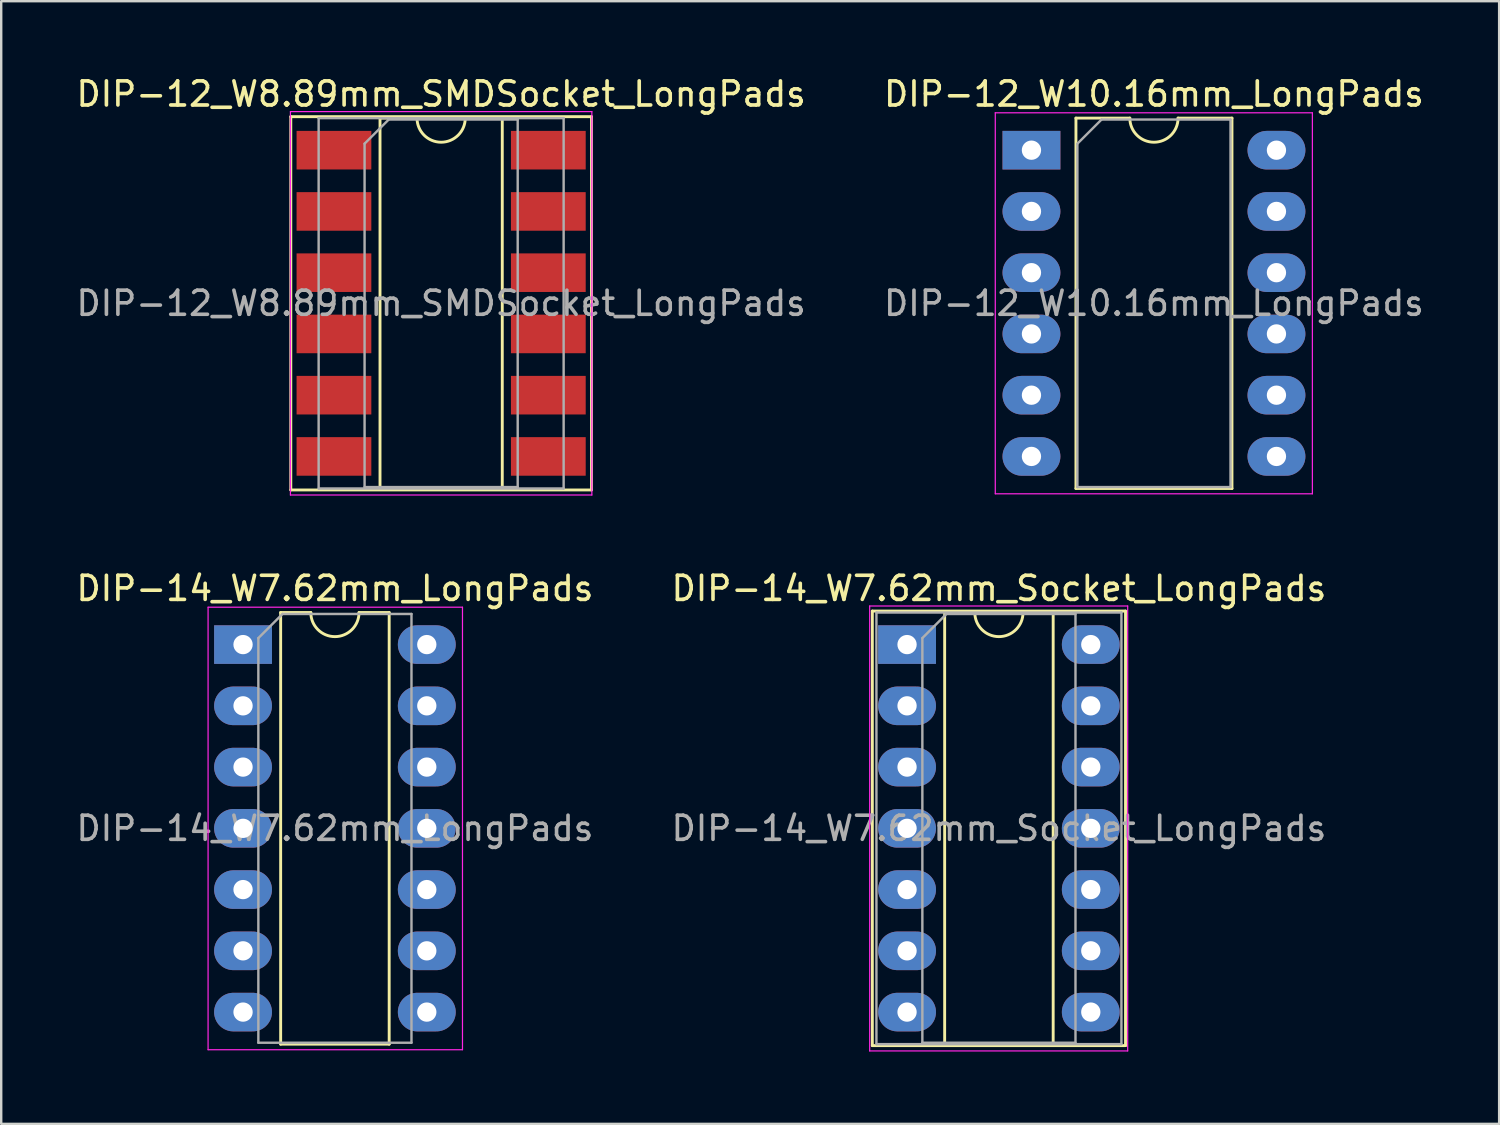
<source format=kicad_pcb>
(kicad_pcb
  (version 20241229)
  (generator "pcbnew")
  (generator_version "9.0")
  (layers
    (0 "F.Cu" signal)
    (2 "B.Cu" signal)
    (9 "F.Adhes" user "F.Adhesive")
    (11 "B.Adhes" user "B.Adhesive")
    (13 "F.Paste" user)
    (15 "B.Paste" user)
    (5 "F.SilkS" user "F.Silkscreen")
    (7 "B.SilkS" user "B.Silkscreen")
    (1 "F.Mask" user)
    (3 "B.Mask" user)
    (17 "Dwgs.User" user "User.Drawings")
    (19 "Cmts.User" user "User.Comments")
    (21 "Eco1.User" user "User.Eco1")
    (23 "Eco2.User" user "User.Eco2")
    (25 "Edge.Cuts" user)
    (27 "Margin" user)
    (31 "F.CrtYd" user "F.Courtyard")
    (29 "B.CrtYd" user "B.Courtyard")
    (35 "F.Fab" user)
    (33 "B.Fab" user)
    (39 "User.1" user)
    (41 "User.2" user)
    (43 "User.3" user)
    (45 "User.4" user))
  (footprint "DIP-14_W7.62mm_Socket_LongPads"
    (layer "F.Cu")
    (at 34.565 23.681)
    (property "Reference" "DIP-14_W7.62mm_Socket_LongPads" (at 3.81 -2.33 0) (layer "F.SilkS") (effects (font (size 1 1) (thickness 0.15))))
    (attr through_hole)
    (fp_line (start -1.44 -1.39) (end -1.44 16.63) (stroke (width 0.12) (type solid)) (layer "F.SilkS"))
    (fp_line (start -1.44 16.63) (end 9.06 16.63) (stroke (width 0.12) (type solid)) (layer "F.SilkS"))
    (fp_line (start 1.56 -1.33) (end 1.56 16.57) (stroke (width 0.12) (type solid)) (layer "F.SilkS"))
    (fp_line (start 1.56 16.57) (end 6.06 16.57) (stroke (width 0.12) (type solid)) (layer "F.SilkS"))
    (fp_line (start 2.81 -1.33) (end 1.56 -1.33) (stroke (width 0.12) (type solid)) (layer "F.SilkS"))
    (fp_line (start 6.06 -1.33) (end 4.81 -1.33) (stroke (width 0.12) (type solid)) (layer "F.SilkS"))
    (fp_line (start 6.06 16.57) (end 6.06 -1.33) (stroke (width 0.12) (type solid)) (layer "F.SilkS"))
    (fp_line (start 9.06 -1.39) (end -1.44 -1.39) (stroke (width 0.12) (type solid)) (layer "F.SilkS"))
    (fp_line (start 9.06 16.63) (end 9.06 -1.39) (stroke (width 0.12) (type solid)) (layer "F.SilkS"))
    (fp_arc (start 4.81 -1.33) (mid 3.81 -0.33) (end 2.81 -1.33) (stroke (width 0.12) (type solid)) (layer "F.SilkS"))
    (fp_line (start -1.55 -1.6) (end -1.55 16.85) (stroke (width 0.05) (type solid)) (layer "F.CrtYd"))
    (fp_line (start -1.55 16.85) (end 9.15 16.85) (stroke (width 0.05) (type solid)) (layer "F.CrtYd"))
    (fp_line (start 9.15 -1.6) (end -1.55 -1.6) (stroke (width 0.05) (type solid)) (layer "F.CrtYd"))
    (fp_line (start 9.15 16.85) (end 9.15 -1.6) (stroke (width 0.05) (type solid)) (layer "F.CrtYd"))
    (fp_line (start -1.27 -1.33) (end -1.27 16.57) (stroke (width 0.1) (type solid)) (layer "F.Fab"))
    (fp_line (start -1.27 16.57) (end 8.89 16.57) (stroke (width 0.1) (type solid)) (layer "F.Fab"))
    (fp_line (start 0.635 -0.27) (end 1.635 -1.27) (stroke (width 0.1) (type solid)) (layer "F.Fab"))
    (fp_line (start 0.635 16.51) (end 0.635 -0.27) (stroke (width 0.1) (type solid)) (layer "F.Fab"))
    (fp_line (start 1.635 -1.27) (end 6.985 -1.27) (stroke (width 0.1) (type solid)) (layer "F.Fab"))
    (fp_line (start 6.985 -1.27) (end 6.985 16.51) (stroke (width 0.1) (type solid)) (layer "F.Fab"))
    (fp_line (start 6.985 16.51) (end 0.635 16.51) (stroke (width 0.1) (type solid)) (layer "F.Fab"))
    (fp_line (start 8.89 -1.33) (end -1.27 -1.33) (stroke (width 0.1) (type solid)) (layer "F.Fab"))
    (fp_line (start 8.89 16.57) (end 8.89 -1.33) (stroke (width 0.1) (type solid)) (layer "F.Fab"))
    (fp_text user "${REFERENCE}" (at 3.81 7.62 0) (layer "F.Fab") (effects (font (size 1 1) (thickness 0.15))))
    (pad "1" thru_hole rect (at 0 0) (size 2.4 1.6) (drill 0.8) (layers "*.Cu" "*.Mask"))
    (pad "2" thru_hole oval (at 0 2.54) (size 2.4 1.6) (drill 0.8) (layers "*.Cu" "*.Mask"))
    (pad "3" thru_hole oval (at 0 5.08) (size 2.4 1.6) (drill 0.8) (layers "*.Cu" "*.Mask"))
    (pad "4" thru_hole oval (at 0 7.62) (size 2.4 1.6) (drill 0.8) (layers "*.Cu" "*.Mask"))
    (pad "5" thru_hole oval (at 0 10.16) (size 2.4 1.6) (drill 0.8) (layers "*.Cu" "*.Mask"))
    (pad "6" thru_hole oval (at 0 12.7) (size 2.4 1.6) (drill 0.8) (layers "*.Cu" "*.Mask"))
    (pad "7" thru_hole oval (at 0 15.24) (size 2.4 1.6) (drill 0.8) (layers "*.Cu" "*.Mask"))
    (pad "8" thru_hole oval (at 7.62 15.24) (size 2.4 1.6) (drill 0.8) (layers "*.Cu" "*.Mask"))
    (pad "9" thru_hole oval (at 7.62 12.7) (size 2.4 1.6) (drill 0.8) (layers "*.Cu" "*.Mask"))
    (pad "10" thru_hole oval (at 7.62 10.16) (size 2.4 1.6) (drill 0.8) (layers "*.Cu" "*.Mask"))
    (pad "11" thru_hole oval (at 7.62 7.62) (size 2.4 1.6) (drill 0.8) (layers "*.Cu" "*.Mask"))
    (pad "12" thru_hole oval (at 7.62 5.08) (size 2.4 1.6) (drill 0.8) (layers "*.Cu" "*.Mask"))
    (pad "13" thru_hole oval (at 7.62 2.54) (size 2.4 1.6) (drill 0.8) (layers "*.Cu" "*.Mask"))
    (pad "14" thru_hole oval (at 7.62 0) (size 2.4 1.6) (drill 0.8) (layers "*.Cu" "*.Mask")))
  (footprint "DIP-14_W7.62mm_LongPads"
    (layer "F.Cu")
    (at 7.029 23.681)
    (property "Reference" "DIP-14_W7.62mm_LongPads" (at 3.81 -2.33 0) (layer "F.SilkS") (effects (font (size 1 1) (thickness 0.15))))
    (attr through_hole)
    (fp_line (start 1.56 -1.33) (end 1.56 16.57) (stroke (width 0.12) (type solid)) (layer "F.SilkS"))
    (fp_line (start 1.56 16.57) (end 6.06 16.57) (stroke (width 0.12) (type solid)) (layer "F.SilkS"))
    (fp_line (start 2.81 -1.33) (end 1.56 -1.33) (stroke (width 0.12) (type solid)) (layer "F.SilkS"))
    (fp_line (start 6.06 -1.33) (end 4.81 -1.33) (stroke (width 0.12) (type solid)) (layer "F.SilkS"))
    (fp_line (start 6.06 16.57) (end 6.06 -1.33) (stroke (width 0.12) (type solid)) (layer "F.SilkS"))
    (fp_arc (start 4.81 -1.33) (mid 3.81 -0.33) (end 2.81 -1.33) (stroke (width 0.12) (type solid)) (layer "F.SilkS"))
    (fp_line (start -1.45 -1.55) (end -1.45 16.8) (stroke (width 0.05) (type solid)) (layer "F.CrtYd"))
    (fp_line (start -1.45 16.8) (end 9.1 16.8) (stroke (width 0.05) (type solid)) (layer "F.CrtYd"))
    (fp_line (start 9.1 -1.55) (end -1.45 -1.55) (stroke (width 0.05) (type solid)) (layer "F.CrtYd"))
    (fp_line (start 9.1 16.8) (end 9.1 -1.55) (stroke (width 0.05) (type solid)) (layer "F.CrtYd"))
    (fp_line (start 0.635 -0.27) (end 1.635 -1.27) (stroke (width 0.1) (type solid)) (layer "F.Fab"))
    (fp_line (start 0.635 16.51) (end 0.635 -0.27) (stroke (width 0.1) (type solid)) (layer "F.Fab"))
    (fp_line (start 1.635 -1.27) (end 6.985 -1.27) (stroke (width 0.1) (type solid)) (layer "F.Fab"))
    (fp_line (start 6.985 -1.27) (end 6.985 16.51) (stroke (width 0.1) (type solid)) (layer "F.Fab"))
    (fp_line (start 6.985 16.51) (end 0.635 16.51) (stroke (width 0.1) (type solid)) (layer "F.Fab"))
    (fp_text user "${REFERENCE}" (at 3.81 7.62 0) (layer "F.Fab") (effects (font (size 1 1) (thickness 0.15))))
    (pad "1" thru_hole rect (at 0 0) (size 2.4 1.6) (drill 0.8) (layers "*.Cu" "*.Mask"))
    (pad "2" thru_hole oval (at 0 2.54) (size 2.4 1.6) (drill 0.8) (layers "*.Cu" "*.Mask"))
    (pad "3" thru_hole oval (at 0 5.08) (size 2.4 1.6) (drill 0.8) (layers "*.Cu" "*.Mask"))
    (pad "4" thru_hole oval (at 0 7.62) (size 2.4 1.6) (drill 0.8) (layers "*.Cu" "*.Mask"))
    (pad "5" thru_hole oval (at 0 10.16) (size 2.4 1.6) (drill 0.8) (layers "*.Cu" "*.Mask"))
    (pad "6" thru_hole oval (at 0 12.7) (size 2.4 1.6) (drill 0.8) (layers "*.Cu" "*.Mask"))
    (pad "7" thru_hole oval (at 0 15.24) (size 2.4 1.6) (drill 0.8) (layers "*.Cu" "*.Mask"))
    (pad "8" thru_hole oval (at 7.62 15.24) (size 2.4 1.6) (drill 0.8) (layers "*.Cu" "*.Mask"))
    (pad "9" thru_hole oval (at 7.62 12.7) (size 2.4 1.6) (drill 0.8) (layers "*.Cu" "*.Mask"))
    (pad "10" thru_hole oval (at 7.62 10.16) (size 2.4 1.6) (drill 0.8) (layers "*.Cu" "*.Mask"))
    (pad "11" thru_hole oval (at 7.62 7.62) (size 2.4 1.6) (drill 0.8) (layers "*.Cu" "*.Mask"))
    (pad "12" thru_hole oval (at 7.62 5.08) (size 2.4 1.6) (drill 0.8) (layers "*.Cu" "*.Mask"))
    (pad "13" thru_hole oval (at 7.62 2.54) (size 2.4 1.6) (drill 0.8) (layers "*.Cu" "*.Mask"))
    (pad "14" thru_hole oval (at 7.62 0) (size 2.4 1.6) (drill 0.8) (layers "*.Cu" "*.Mask")))
  (footprint "DIP-12_W10.16mm_LongPads"
    (layer "F.Cu")
    (at 39.724 3.178)
    (property "Reference" "DIP-12_W10.16mm_LongPads" (at 5.08 -2.33 0) (layer "F.SilkS") (effects (font (size 1 1) (thickness 0.15))))
    (attr through_hole)
    (fp_line (start 1.845 -1.33) (end 1.845 14.03) (stroke (width 0.12) (type solid)) (layer "F.SilkS"))
    (fp_line (start 1.845 14.03) (end 8.315 14.03) (stroke (width 0.12) (type solid)) (layer "F.SilkS"))
    (fp_line (start 4.08 -1.33) (end 1.845 -1.33) (stroke (width 0.12) (type solid)) (layer "F.SilkS"))
    (fp_line (start 8.315 -1.33) (end 6.08 -1.33) (stroke (width 0.12) (type solid)) (layer "F.SilkS"))
    (fp_line (start 8.315 14.03) (end 8.315 -1.33) (stroke (width 0.12) (type solid)) (layer "F.SilkS"))
    (fp_arc (start 6.08 -1.33) (mid 5.08 -0.33) (end 4.08 -1.33) (stroke (width 0.12) (type solid)) (layer "F.SilkS"))
    (fp_line (start -1.5 -1.55) (end -1.5 14.25) (stroke (width 0.05) (type solid)) (layer "F.CrtYd"))
    (fp_line (start -1.5 14.25) (end 11.65 14.25) (stroke (width 0.05) (type solid)) (layer "F.CrtYd"))
    (fp_line (start 11.65 -1.55) (end -1.5 -1.55) (stroke (width 0.05) (type solid)) (layer "F.CrtYd"))
    (fp_line (start 11.65 14.25) (end 11.65 -1.55) (stroke (width 0.05) (type solid)) (layer "F.CrtYd"))
    (fp_line (start 1.905 -0.27) (end 2.905 -1.27) (stroke (width 0.1) (type solid)) (layer "F.Fab"))
    (fp_line (start 1.905 13.97) (end 1.905 -0.27) (stroke (width 0.1) (type solid)) (layer "F.Fab"))
    (fp_line (start 2.905 -1.27) (end 8.255 -1.27) (stroke (width 0.1) (type solid)) (layer "F.Fab"))
    (fp_line (start 8.255 -1.27) (end 8.255 13.97) (stroke (width 0.1) (type solid)) (layer "F.Fab"))
    (fp_line (start 8.255 13.97) (end 1.905 13.97) (stroke (width 0.1) (type solid)) (layer "F.Fab"))
    (fp_text user "${REFERENCE}" (at 5.08 6.35 0) (layer "F.Fab") (effects (font (size 1 1) (thickness 0.15))))
    (pad "1" thru_hole rect (at 0 0) (size 2.4 1.6) (drill 0.8) (layers "*.Cu" "*.Mask"))
    (pad "2" thru_hole oval (at 0 2.54) (size 2.4 1.6) (drill 0.8) (layers "*.Cu" "*.Mask"))
    (pad "3" thru_hole oval (at 0 5.08) (size 2.4 1.6) (drill 0.8) (layers "*.Cu" "*.Mask"))
    (pad "4" thru_hole oval (at 0 7.62) (size 2.4 1.6) (drill 0.8) (layers "*.Cu" "*.Mask"))
    (pad "5" thru_hole oval (at 0 10.16) (size 2.4 1.6) (drill 0.8) (layers "*.Cu" "*.Mask"))
    (pad "6" thru_hole oval (at 0 12.7) (size 2.4 1.6) (drill 0.8) (layers "*.Cu" "*.Mask"))
    (pad "7" thru_hole oval (at 10.16 12.7) (size 2.4 1.6) (drill 0.8) (layers "*.Cu" "*.Mask"))
    (pad "8" thru_hole oval (at 10.16 10.16) (size 2.4 1.6) (drill 0.8) (layers "*.Cu" "*.Mask"))
    (pad "9" thru_hole oval (at 10.16 7.62) (size 2.4 1.6) (drill 0.8) (layers "*.Cu" "*.Mask"))
    (pad "10" thru_hole oval (at 10.16 5.08) (size 2.4 1.6) (drill 0.8) (layers "*.Cu" "*.Mask"))
    (pad "11" thru_hole oval (at 10.16 2.54) (size 2.4 1.6) (drill 0.8) (layers "*.Cu" "*.Mask"))
    (pad "12" thru_hole oval (at 10.16 0) (size 2.4 1.6) (drill 0.8) (layers "*.Cu" "*.Mask")))
  (footprint "DIP-12_W8.89mm_SMDSocket_LongPads"
    (layer "F.Cu")
    (at 15.244 9.528)
    (property "Reference" "DIP-12_W8.89mm_SMDSocket_LongPads" (at 0 -8.68 0) (layer "F.SilkS") (effects (font (size 1 1) (thickness 0.15))))
    (attr smd)
    (fp_line (start -6.235 -7.74) (end -6.235 7.74) (stroke (width 0.12) (type solid)) (layer "F.SilkS"))
    (fp_line (start -6.235 7.74) (end 6.235 7.74) (stroke (width 0.12) (type solid)) (layer "F.SilkS"))
    (fp_line (start -2.535 -7.68) (end -2.535 7.68) (stroke (width 0.12) (type solid)) (layer "F.SilkS"))
    (fp_line (start -2.535 7.68) (end 2.535 7.68) (stroke (width 0.12) (type solid)) (layer "F.SilkS"))
    (fp_line (start -1 -7.68) (end -2.535 -7.68) (stroke (width 0.12) (type solid)) (layer "F.SilkS"))
    (fp_line (start 2.535 -7.68) (end 1 -7.68) (stroke (width 0.12) (type solid)) (layer "F.SilkS"))
    (fp_line (start 2.535 7.68) (end 2.535 -7.68) (stroke (width 0.12) (type solid)) (layer "F.SilkS"))
    (fp_line (start 6.235 -7.74) (end -6.235 -7.74) (stroke (width 0.12) (type solid)) (layer "F.SilkS"))
    (fp_line (start 6.235 7.74) (end 6.235 -7.74) (stroke (width 0.12) (type solid)) (layer "F.SilkS"))
    (fp_arc (start 1 -7.68) (mid 0 -6.68) (end -1 -7.68) (stroke (width 0.12) (type solid)) (layer "F.SilkS"))
    (fp_line (start -6.25 -7.95) (end -6.25 7.95) (stroke (width 0.05) (type solid)) (layer "F.CrtYd"))
    (fp_line (start -6.25 7.95) (end 6.25 7.95) (stroke (width 0.05) (type solid)) (layer "F.CrtYd"))
    (fp_line (start 6.25 -7.95) (end -6.25 -7.95) (stroke (width 0.05) (type solid)) (layer "F.CrtYd"))
    (fp_line (start 6.25 7.95) (end 6.25 -7.95) (stroke (width 0.05) (type solid)) (layer "F.CrtYd"))
    (fp_line (start -5.08 -7.68) (end -5.08 7.68) (stroke (width 0.1) (type solid)) (layer "F.Fab"))
    (fp_line (start -5.08 7.68) (end 5.08 7.68) (stroke (width 0.1) (type solid)) (layer "F.Fab"))
    (fp_line (start -3.175 -6.62) (end -2.175 -7.62) (stroke (width 0.1) (type solid)) (layer "F.Fab"))
    (fp_line (start -3.175 7.62) (end -3.175 -6.62) (stroke (width 0.1) (type solid)) (layer "F.Fab"))
    (fp_line (start -2.175 -7.62) (end 3.175 -7.62) (stroke (width 0.1) (type solid)) (layer "F.Fab"))
    (fp_line (start 3.175 -7.62) (end 3.175 7.62) (stroke (width 0.1) (type solid)) (layer "F.Fab"))
    (fp_line (start 3.175 7.62) (end -3.175 7.62) (stroke (width 0.1) (type solid)) (layer "F.Fab"))
    (fp_line (start 5.08 -7.68) (end -5.08 -7.68) (stroke (width 0.1) (type solid)) (layer "F.Fab"))
    (fp_line (start 5.08 7.68) (end 5.08 -7.68) (stroke (width 0.1) (type solid)) (layer "F.Fab"))
    (fp_text user "${REFERENCE}" (at 0 0 0) (layer "F.Fab") (effects (font (size 1 1) (thickness 0.15))))
    (pad "1" smd rect (at -4.445 -6.35) (size 3.1 1.6) (layers "F.Cu" "F.Mask" "F.Paste"))
    (pad "2" smd rect (at -4.445 -3.81) (size 3.1 1.6) (layers "F.Cu" "F.Mask" "F.Paste"))
    (pad "3" smd rect (at -4.445 -1.27) (size 3.1 1.6) (layers "F.Cu" "F.Mask" "F.Paste"))
    (pad "4" smd rect (at -4.445 1.27) (size 3.1 1.6) (layers "F.Cu" "F.Mask" "F.Paste"))
    (pad "5" smd rect (at -4.445 3.81) (size 3.1 1.6) (layers "F.Cu" "F.Mask" "F.Paste"))
    (pad "6" smd rect (at -4.445 6.35) (size 3.1 1.6) (layers "F.Cu" "F.Mask" "F.Paste"))
    (pad "7" smd rect (at 4.445 6.35) (size 3.1 1.6) (layers "F.Cu" "F.Mask" "F.Paste"))
    (pad "8" smd rect (at 4.445 3.81) (size 3.1 1.6) (layers "F.Cu" "F.Mask" "F.Paste"))
    (pad "9" smd rect (at 4.445 1.27) (size 3.1 1.6) (layers "F.Cu" "F.Mask" "F.Paste"))
    (pad "10" smd rect (at 4.445 -1.27) (size 3.1 1.6) (layers "F.Cu" "F.Mask" "F.Paste"))
    (pad "11" smd rect (at 4.445 -3.81) (size 3.1 1.6) (layers "F.Cu" "F.Mask" "F.Paste"))
    (pad "12" smd rect (at 4.445 -6.35) (size 3.1 1.6) (layers "F.Cu" "F.Mask" "F.Paste")))
  (gr_rect
    (start -3 -3)
    (end 59.119 43.556)
    (stroke (width 0.1) (type default))
    (fill no)
    (layer "Edge.Cuts")))
</source>
